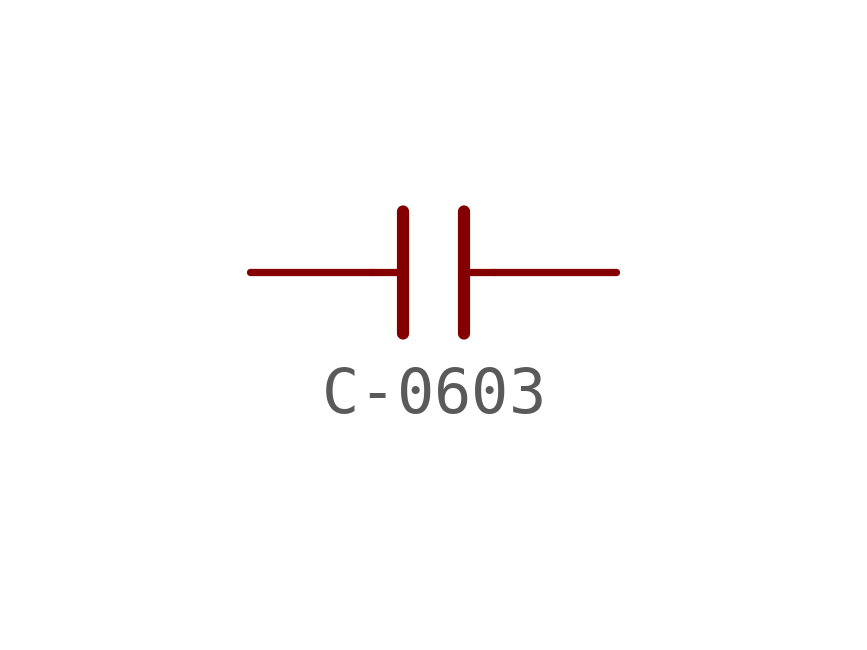
<source format=kicad_sym>
(kicad_symbol_lib
  (version 20220914)
  (generator kicad_symbol_editor)
  (symbol "C-0603"
    (property "Reference" "C"
      (at -3.81 0 0)
      (effects (font (size 1.27 1.079)) (justify left bottom) hide))
    (property "ki_locked" ""
      (at 0 0 0)
      (effects (font (size 1.27 1.27))))
    (symbol "C-0603_1_0"
      (polyline (pts (xy -1.27 0) (xy -0.635 0)) (stroke (width 0.152) (type solid)) (fill (type none)))
      (polyline (pts (xy -0.635 -1.27) (xy -0.635 0)) (stroke (width 0.254) (type solid)) (fill (type none)))
      (polyline (pts (xy -0.635 0) (xy -0.635 1.27)) (stroke (width 0.254) (type solid)) (fill (type none)))
      (polyline (pts (xy 0.635 0) (xy 0.635 -1.27)) (stroke (width 0.254) (type solid)) (fill (type none)))
      (polyline (pts (xy 0.635 0) (xy 1.27 0)) (stroke (width 0.152) (type solid)) (fill (type none)))
      (polyline (pts (xy 0.635 1.27) (xy 0.635 0)) (stroke (width 0.254) (type solid)) (fill (type none)))
      (pin passive line (at -3.81 0 0) (length 2.54) (name "1" (effects (font (size 0 0)))) (number "1" (effects (font (size 0 0)))))
      (pin passive line (at 3.81 0 180) (length 2.54) (name "2" (effects (font (size 0 0)))) (number "2" (effects (font (size 0 0))))))))
</source>
